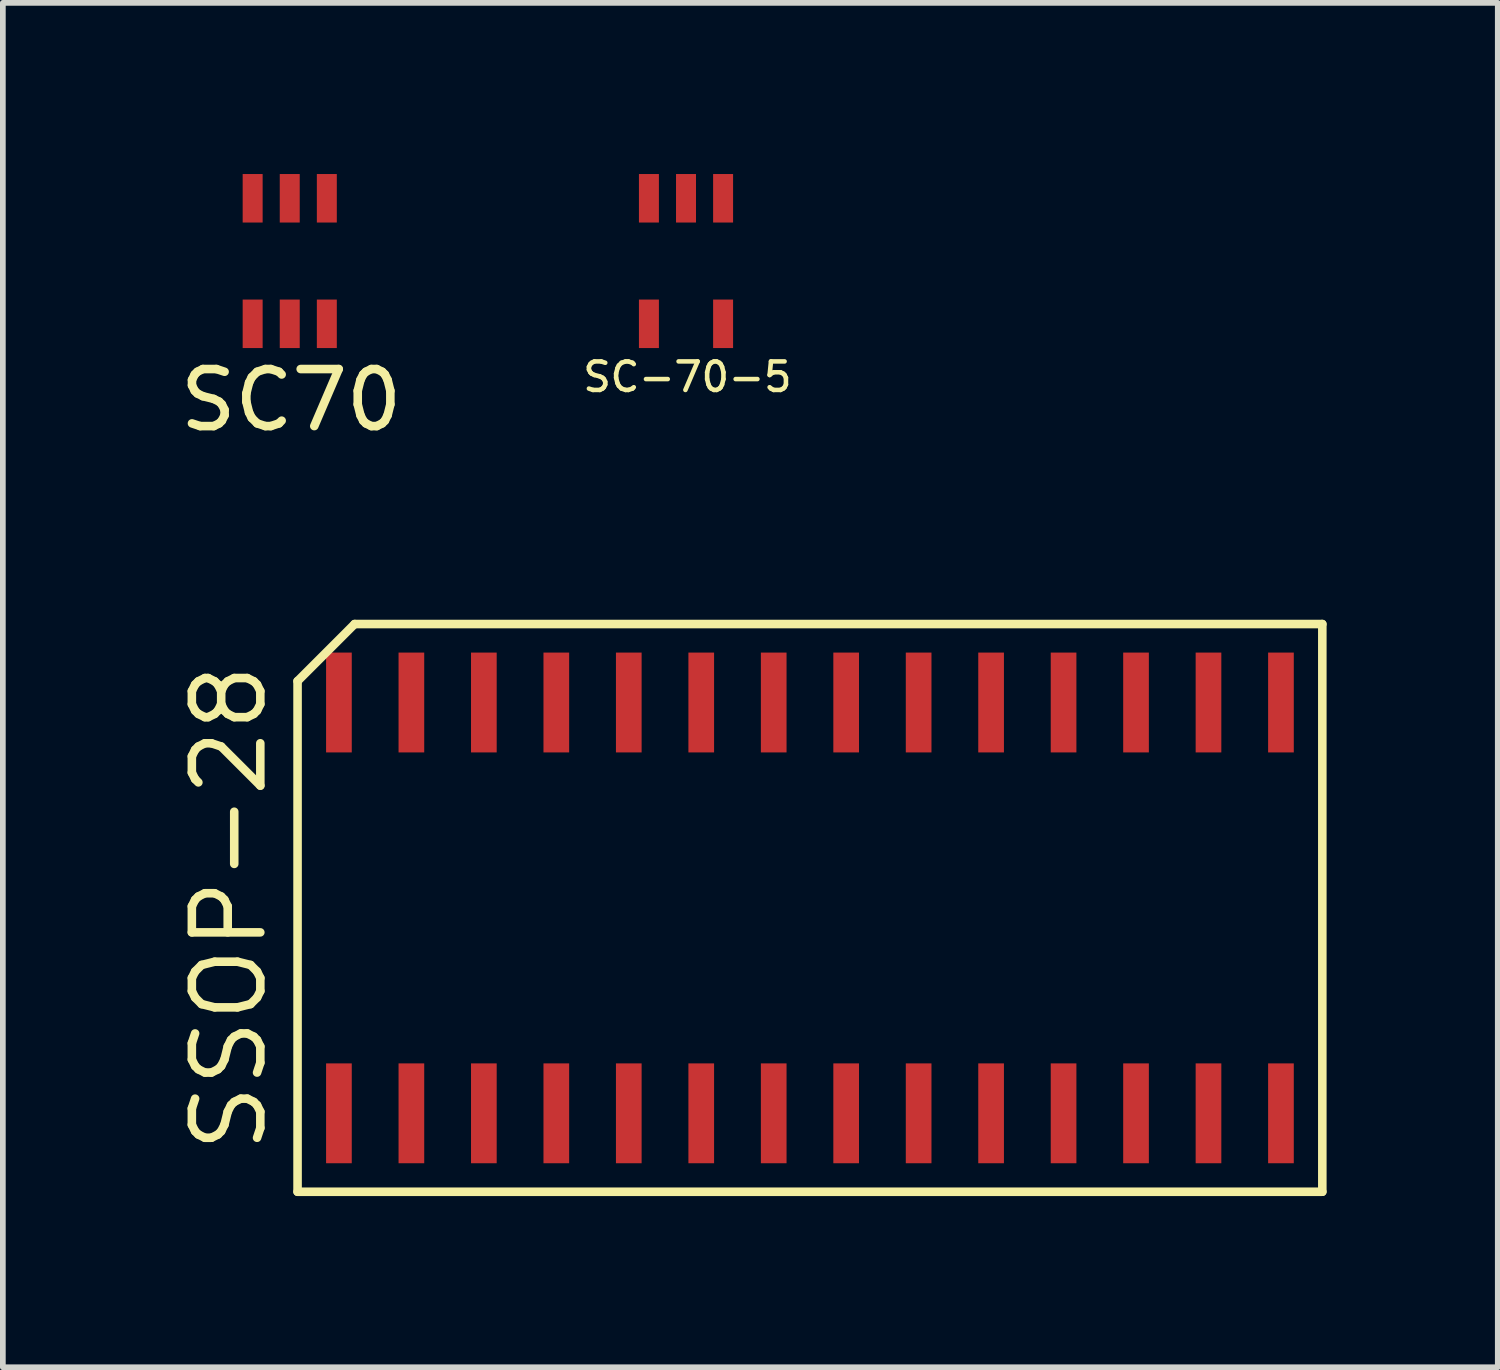
<source format=kicad_pcb>
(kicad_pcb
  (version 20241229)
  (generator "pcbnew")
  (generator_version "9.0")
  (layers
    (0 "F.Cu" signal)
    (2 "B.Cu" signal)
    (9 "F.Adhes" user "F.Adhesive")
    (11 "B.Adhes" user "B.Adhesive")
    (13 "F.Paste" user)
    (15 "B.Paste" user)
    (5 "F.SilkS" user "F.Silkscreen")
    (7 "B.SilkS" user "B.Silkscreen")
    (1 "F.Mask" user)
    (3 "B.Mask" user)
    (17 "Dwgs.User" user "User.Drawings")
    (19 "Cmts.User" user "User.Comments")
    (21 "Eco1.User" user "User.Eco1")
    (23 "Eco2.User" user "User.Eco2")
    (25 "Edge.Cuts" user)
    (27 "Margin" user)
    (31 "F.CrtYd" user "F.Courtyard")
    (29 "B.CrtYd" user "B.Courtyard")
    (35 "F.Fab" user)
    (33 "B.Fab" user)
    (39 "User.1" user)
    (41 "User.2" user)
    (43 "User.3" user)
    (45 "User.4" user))
  (footprint "SC-70-5"
    (layer "F.Cu")
    (at 8.973 1.525)
    (property "Reference" "SC-70-5" (at 0.025 2.032 0) (layer "F.SilkS") (effects (font (size 0.5 0.5) (thickness 0.08))))
    (attr through_hole)
    (pad "1" smd rect (at 0.65 -1.1) (size 0.35 0.85) (layers "F.Cu" "F.Mask" "F.Paste"))
    (pad "2" smd rect (at 0 -1.1) (size 0.35 0.85) (layers "F.Cu" "F.Mask" "F.Paste"))
    (pad "3" smd rect (at -0.65 -1.1) (size 0.35 0.85) (layers "F.Cu" "F.Mask" "F.Paste"))
    (pad "4" smd rect (at -0.65 1.1) (size 0.35 0.85) (layers "F.Cu" "F.Mask" "F.Paste"))
    (pad "5" smd rect (at 0.65 1.1) (size 0.35 0.85) (layers "F.Cu" "F.Mask" "F.Paste")))
  (footprint "SC70"
    (layer "F.Cu")
    (at 2.028 1.525)
    (property "Reference" "SC70" (at 0.025 2.438 0) (layer "F.SilkS") (effects (font (size 1 1) (thickness 0.15))))
    (attr through_hole)
    (pad "1" smd rect (at -0.65 -1.1) (size 0.35 0.85) (layers "F.Cu" "F.Mask" "F.Paste"))
    (pad "2" smd rect (at 0 -1.1) (size 0.35 0.85) (layers "F.Cu" "F.Mask" "F.Paste"))
    (pad "3" smd rect (at 0.65 -1.1) (size 0.35 0.85) (layers "F.Cu" "F.Mask" "F.Paste"))
    (pad "4" smd rect (at -0.65 1.1) (size 0.35 0.85) (layers "F.Cu" "F.Mask" "F.Paste"))
    (pad "5" smd rect (at 0 1.1) (size 0.35 0.85) (layers "F.Cu" "F.Mask" "F.Paste"))
    (pad "6" smd rect (at 0.65 1.1) (size 0.35 0.85) (layers "F.Cu" "F.Mask" "F.Paste")))
  (footprint "SSOP-28"
    (layer "F.Cu")
    (at 11.145 12.862)
    (property "Reference" "SSOP-28" (at -10.18 0 90) (layer "F.SilkS") (effects (font (size 1.2 1.2) (thickness 0.15))))
    (attr through_hole)
    (fp_line (start -8.98 -3.975) (end -8.98 4.975) (stroke (width 0.15) (type solid)) (layer "F.SilkS"))
    (fp_line (start -8.98 4.975) (end 8.98 4.975) (stroke (width 0.15) (type solid)) (layer "F.SilkS"))
    (fp_line (start -7.98 -4.975) (end -8.98 -3.975) (stroke (width 0.15) (type solid)) (layer "F.SilkS"))
    (fp_line (start 8.98 -4.975) (end -7.98 -4.975) (stroke (width 0.15) (type solid)) (layer "F.SilkS"))
    (fp_line (start 8.98 4.975) (end 8.98 -4.975) (stroke (width 0.15) (type solid)) (layer "F.SilkS"))
    (pad "1" smd rect (at -8.255 3.6) (size 0.45 1.75) (layers "F.Cu" "F.Mask" "F.Paste"))
    (pad "2" smd rect (at -6.985 3.6) (size 0.45 1.75) (layers "F.Cu" "F.Mask" "F.Paste"))
    (pad "3" smd rect (at -5.715 3.6) (size 0.45 1.75) (layers "F.Cu" "F.Mask" "F.Paste"))
    (pad "4" smd rect (at -4.445 3.6) (size 0.45 1.75) (layers "F.Cu" "F.Mask" "F.Paste"))
    (pad "5" smd rect (at -3.175 3.6) (size 0.45 1.75) (layers "F.Cu" "F.Mask" "F.Paste"))
    (pad "6" smd rect (at -1.905 3.6) (size 0.45 1.75) (layers "F.Cu" "F.Mask" "F.Paste"))
    (pad "7" smd rect (at -0.635 3.6) (size 0.45 1.75) (layers "F.Cu" "F.Mask" "F.Paste"))
    (pad "8" smd rect (at 0.635 3.6) (size 0.45 1.75) (layers "F.Cu" "F.Mask" "F.Paste"))
    (pad "9" smd rect (at 1.905 3.6) (size 0.45 1.75) (layers "F.Cu" "F.Mask" "F.Paste"))
    (pad "10" smd rect (at 3.175 3.6) (size 0.45 1.75) (layers "F.Cu" "F.Mask" "F.Paste"))
    (pad "11" smd rect (at 4.445 3.6) (size 0.45 1.75) (layers "F.Cu" "F.Mask" "F.Paste"))
    (pad "12" smd rect (at 5.715 3.6) (size 0.45 1.75) (layers "F.Cu" "F.Mask" "F.Paste"))
    (pad "13" smd rect (at 6.985 3.6) (size 0.45 1.75) (layers "F.Cu" "F.Mask" "F.Paste"))
    (pad "14" smd rect (at 8.255 3.6) (size 0.45 1.75) (layers "F.Cu" "F.Mask" "F.Paste"))
    (pad "15" smd rect (at 8.255 -3.6) (size 0.45 1.75) (layers "F.Cu" "F.Mask" "F.Paste"))
    (pad "16" smd rect (at 6.985 -3.6) (size 0.45 1.75) (layers "F.Cu" "F.Mask" "F.Paste"))
    (pad "17" smd rect (at 5.715 -3.6) (size 0.45 1.75) (layers "F.Cu" "F.Mask" "F.Paste"))
    (pad "18" smd rect (at 4.445 -3.6) (size 0.45 1.75) (layers "F.Cu" "F.Mask" "F.Paste"))
    (pad "19" smd rect (at 3.175 -3.6) (size 0.45 1.75) (layers "F.Cu" "F.Mask" "F.Paste"))
    (pad "20" smd rect (at 1.905 -3.6) (size 0.45 1.75) (layers "F.Cu" "F.Mask" "F.Paste"))
    (pad "21" smd rect (at 0.635 -3.6) (size 0.45 1.75) (layers "F.Cu" "F.Mask" "F.Paste"))
    (pad "22" smd rect (at -0.635 -3.6) (size 0.45 1.75) (layers "F.Cu" "F.Mask" "F.Paste"))
    (pad "23" smd rect (at -1.905 -3.6) (size 0.45 1.75) (layers "F.Cu" "F.Mask" "F.Paste"))
    (pad "24" smd rect (at -3.175 -3.6) (size 0.45 1.75) (layers "F.Cu" "F.Mask" "F.Paste"))
    (pad "25" smd rect (at -4.445 -3.6) (size 0.45 1.75) (layers "F.Cu" "F.Mask" "F.Paste"))
    (pad "26" smd rect (at -5.715 -3.6) (size 0.45 1.75) (layers "F.Cu" "F.Mask" "F.Paste"))
    (pad "27" smd rect (at -6.985 -3.6) (size 0.45 1.75) (layers "F.Cu" "F.Mask" "F.Paste"))
    (pad "28" smd rect (at -8.255 -3.6) (size 0.45 1.75) (layers "F.Cu" "F.Mask" "F.Paste")))
  (gr_rect
    (start -3 -3)
    (end 23.2 20.912)
    (stroke (width 0.1) (type default))
    (fill no)
    (layer "Edge.Cuts")))
</source>
